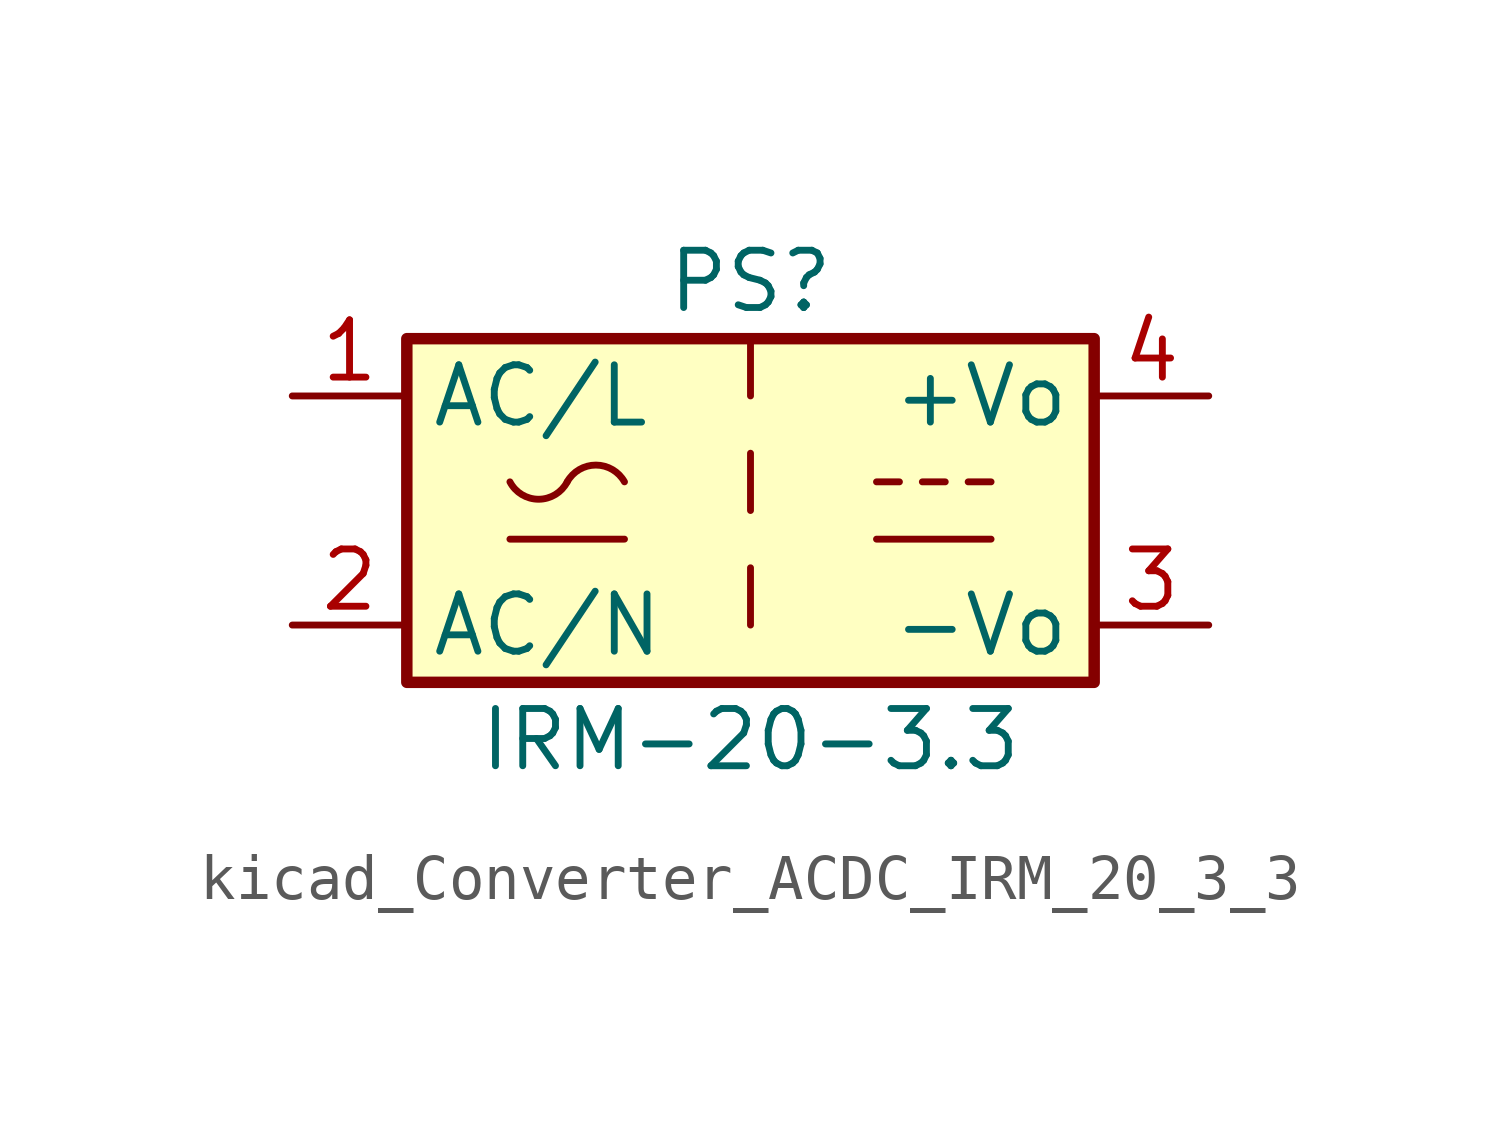
<source format=kicad_sym>
(kicad_symbol_lib
  (version 20220914)
  (generator kicad_symbol_editor)
  (symbol "kicad_Converter_ACDC_IRM_20_3_3"
    (property "Reference" "PS"
      (at 0 5.08 0)
      (effects (font (size 1.27 1.27))))
    (property "Value" "IRM-20-3.3"
      (at 0 -5.08 0)
      (effects (font (size 1.27 1.27))))
    (symbol "kicad_Converter_ACDC_IRM_20_3_3_0_1"
      (rectangle (start -7.62 3.81) (end 7.62 -3.81) (stroke (width 0.254) (type default)) (fill (type background)))
      (arc (start -5.334 0.635) (mid -4.699 0.2495) (end -4.064 0.635) (stroke (width 0) (type default)) (fill (type none)))
      (arc (start -2.794 0.635) (mid -3.429 1.0072) (end -4.064 0.635) (stroke (width 0) (type default)) (fill (type none)))
      (polyline (pts (xy -5.334 -0.635) (xy -2.794 -0.635)) (stroke (width 0) (type default)) (fill (type none)))
      (polyline (pts (xy 0 -1.27) (xy 0 -2.54)) (stroke (width 0) (type default)) (fill (type none)))
      (polyline (pts (xy 0 1.27) (xy 0 0)) (stroke (width 0) (type default)) (fill (type none)))
      (polyline (pts (xy 0 3.81) (xy 0 2.54)) (stroke (width 0) (type default)) (fill (type none)))
      (polyline (pts (xy 2.794 -0.635) (xy 5.334 -0.635)) (stroke (width 0) (type default)) (fill (type none)))
      (polyline (pts (xy 2.794 0.635) (xy 3.302 0.635)) (stroke (width 0) (type default)) (fill (type none)))
      (polyline (pts (xy 3.81 0.635) (xy 4.318 0.635)) (stroke (width 0) (type default)) (fill (type none)))
      (polyline (pts (xy 4.826 0.635) (xy 5.334 0.635)) (stroke (width 0) (type default)) (fill (type none))))
    (symbol "kicad_Converter_ACDC_IRM_20_3_3_1_1"
      (pin power_in line (at -10.16 2.54 0) (length 2.54) (name "AC/L" (effects (font (size 1.27 1.27)))) (number "1" (effects (font (size 1.27 1.27)))))
      (pin power_in line (at -10.16 -2.54 0) (length 2.54) (name "AC/N" (effects (font (size 1.27 1.27)))) (number "2" (effects (font (size 1.27 1.27)))))
      (pin power_out line (at 10.16 -2.54 180) (length 2.54) (name "-Vo" (effects (font (size 1.27 1.27)))) (number "3" (effects (font (size 1.27 1.27)))))
      (pin power_out line (at 10.16 2.54 180) (length 2.54) (name "+Vo" (effects (font (size 1.27 1.27)))) (number "4" (effects (font (size 1.27 1.27))))))))
</source>
